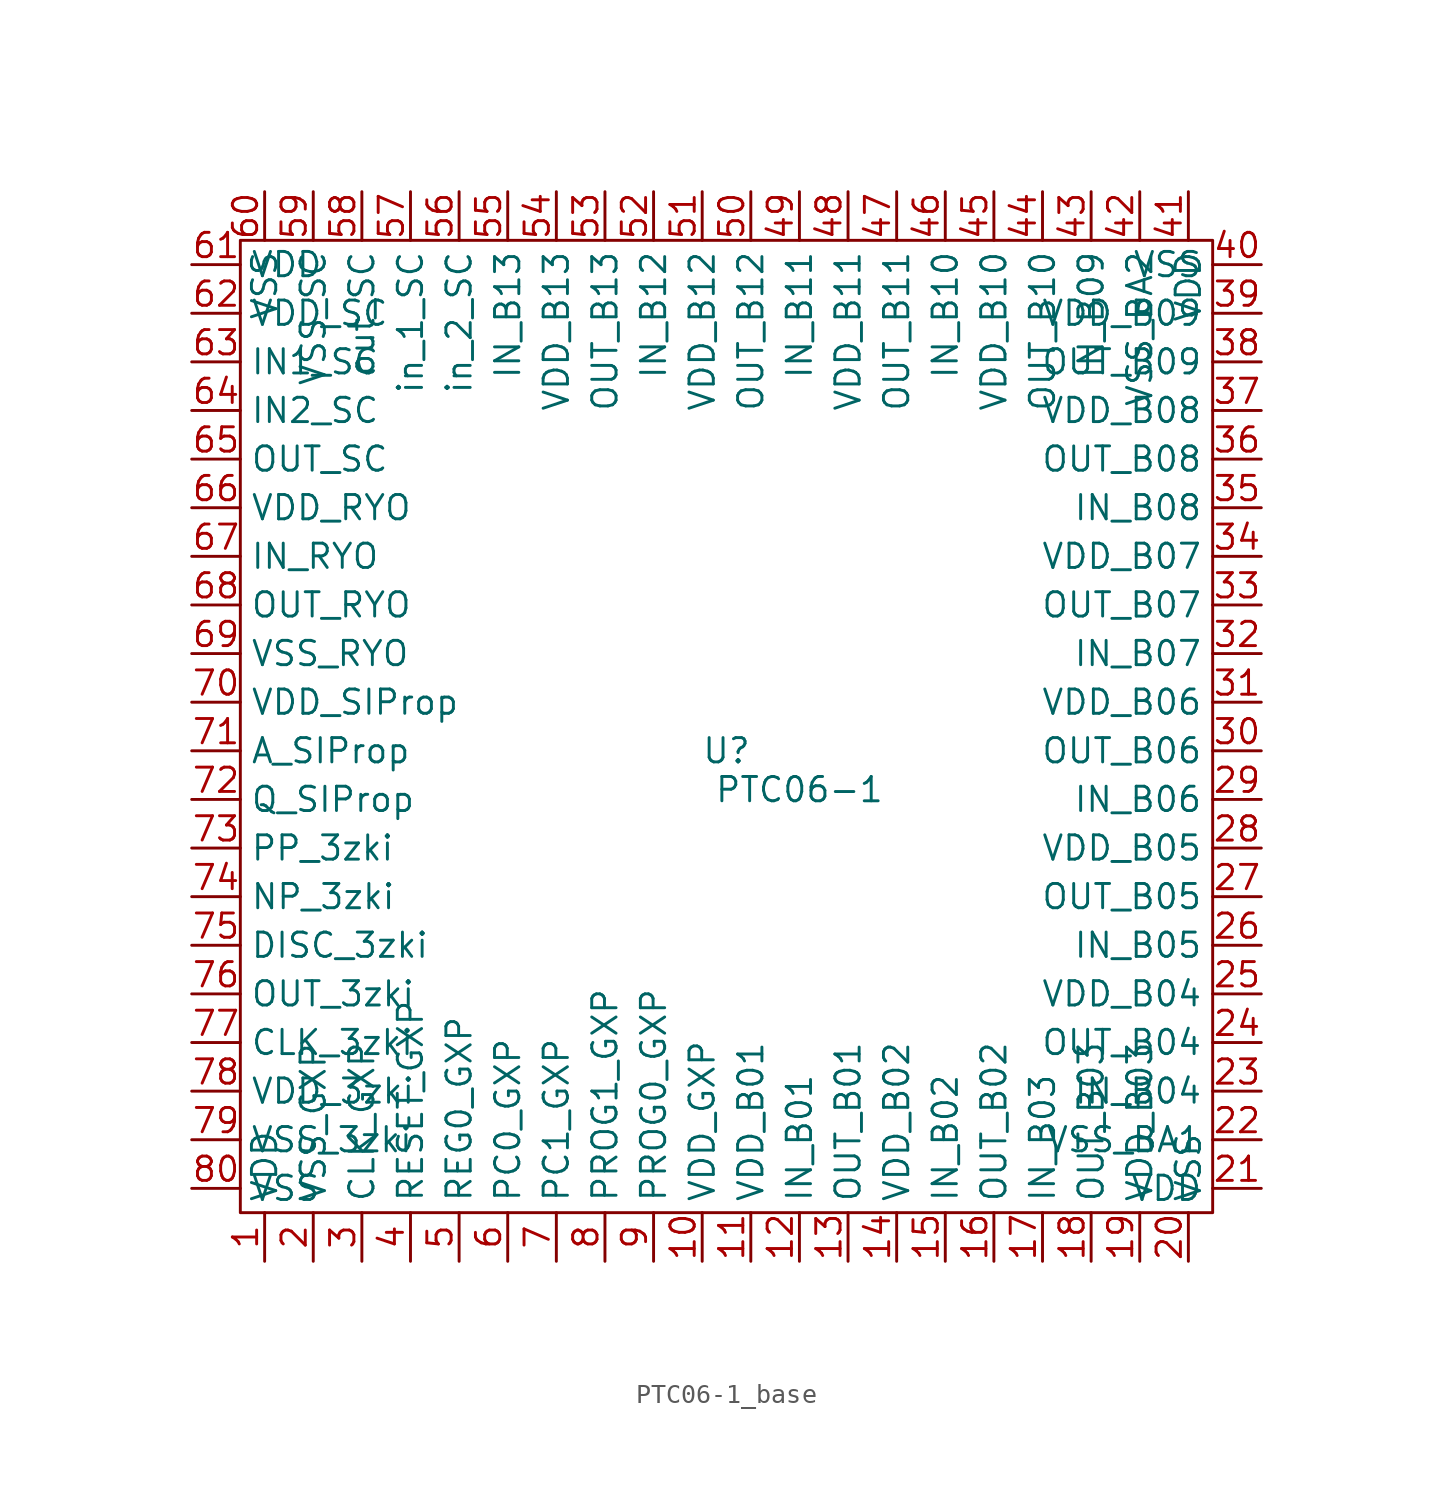
<source format=kicad_sym>
(kicad_symbol_lib
  (version 20231120)
  (generator "kicad_symbol_editor")
  (generator_version "8.0")
  (symbol "PTC06-1_base"
    (property "Reference" "U"
      (at 0 0 0)
      (effects (font (size 1.27 1.27))))
    (property "Value" "PTC06-1"
      (at 3.81 -2.032 0)
      (effects (font (size 1.27 1.27))))
    (symbol "PTC06-1_base_0_1"
      (rectangle (start -25.4 26.67) (end 25.4 -24.13) (stroke (width 0) (type default)) (fill (type none))))
    (symbol "PTC06-1_base_1_0"
      (pin power_in line (at -24.13 -26.67 90) (length 2.54) (name "VDD" (effects (font (size 1.27 1.27)))) (number "1" (effects (font (size 1.27 1.27)))))
      (pin power_in line (at -1.27 -26.67 90) (length 2.54) (name "VDD_GXP" (effects (font (size 1.27 1.27)))) (number "10" (effects (font (size 1.27 1.27)))))
      (pin power_in line (at 1.27 -26.67 90) (length 2.54) (name "VDD_B01" (effects (font (size 1.27 1.27)))) (number "11" (effects (font (size 1.27 1.27)))))
      (pin input line (at 3.81 -26.67 90) (length 2.54) (name "IN_B01" (effects (font (size 1.27 1.27)))) (number "12" (effects (font (size 1.27 1.27)))))
      (pin output line (at 6.35 -26.67 90) (length 2.54) (name "OUT_B01" (effects (font (size 1.27 1.27)))) (number "13" (effects (font (size 1.27 1.27)))))
      (pin power_in line (at 8.89 -26.67 90) (length 2.54) (name "VDD_B02" (effects (font (size 1.27 1.27)))) (number "14" (effects (font (size 1.27 1.27)))))
      (pin input line (at 11.43 -26.67 90) (length 2.54) (name "IN_B02" (effects (font (size 1.27 1.27)))) (number "15" (effects (font (size 1.27 1.27)))))
      (pin output line (at 13.97 -26.67 90) (length 2.54) (name "OUT_B02" (effects (font (size 1.27 1.27)))) (number "16" (effects (font (size 1.27 1.27)))))
      (pin input line (at 16.51 -26.67 90) (length 2.54) (name "IN_B03" (effects (font (size 1.27 1.27)))) (number "17" (effects (font (size 1.27 1.27)))))
      (pin output line (at 19.05 -26.67 90) (length 2.54) (name "OUT_B03" (effects (font (size 1.27 1.27)))) (number "18" (effects (font (size 1.27 1.27)))))
      (pin power_in line (at 21.59 -26.67 90) (length 2.54) (name "VDD_B03" (effects (font (size 1.27 1.27)))) (number "19" (effects (font (size 1.27 1.27)))))
      (pin power_in line (at -21.59 -26.67 90) (length 2.54) (name "VSS_GXP" (effects (font (size 1.27 1.27)))) (number "2" (effects (font (size 1.27 1.27)))))
      (pin power_in line (at 24.13 -26.67 90) (length 2.54) (name "VSS" (effects (font (size 1.27 1.27)))) (number "20" (effects (font (size 1.27 1.27)))))
      (pin power_in line (at 27.94 -22.86 180) (length 2.54) (name "VDD" (effects (font (size 1.27 1.27)))) (number "21" (effects (font (size 1.27 1.27)))))
      (pin power_in line (at 27.94 -20.32 180) (length 2.54) (name "VSS_BA1" (effects (font (size 1.27 1.27)))) (number "22" (effects (font (size 1.27 1.27)))))
      (pin input line (at 27.94 -17.78 180) (length 2.54) (name "IN_B04" (effects (font (size 1.27 1.27)))) (number "23" (effects (font (size 1.27 1.27)))))
      (pin output line (at 27.94 -15.24 180) (length 2.54) (name "OUT_B04" (effects (font (size 1.27 1.27)))) (number "24" (effects (font (size 1.27 1.27)))))
      (pin power_in line (at 27.94 -12.7 180) (length 2.54) (name "VDD_B04" (effects (font (size 1.27 1.27)))) (number "25" (effects (font (size 1.27 1.27)))))
      (pin input line (at 27.94 -10.16 180) (length 2.54) (name "IN_B05" (effects (font (size 1.27 1.27)))) (number "26" (effects (font (size 1.27 1.27)))))
      (pin output line (at 27.94 -7.62 180) (length 2.54) (name "OUT_B05" (effects (font (size 1.27 1.27)))) (number "27" (effects (font (size 1.27 1.27)))))
      (pin power_in line (at 27.94 -5.08 180) (length 2.54) (name "VDD_B05" (effects (font (size 1.27 1.27)))) (number "28" (effects (font (size 1.27 1.27)))))
      (pin input line (at 27.94 -2.54 180) (length 2.54) (name "IN_B06" (effects (font (size 1.27 1.27)))) (number "29" (effects (font (size 1.27 1.27)))))
      (pin input line (at -19.05 -26.67 90) (length 2.54) (name "CLK_GXP" (effects (font (size 1.27 1.27)))) (number "3" (effects (font (size 1.27 1.27)))))
      (pin output line (at 27.94 0 180) (length 2.54) (name "OUT_B06" (effects (font (size 1.27 1.27)))) (number "30" (effects (font (size 1.27 1.27)))))
      (pin power_in line (at 27.94 2.54 180) (length 2.54) (name "VDD_B06" (effects (font (size 1.27 1.27)))) (number "31" (effects (font (size 1.27 1.27)))))
      (pin input line (at 27.94 5.08 180) (length 2.54) (name "IN_B07" (effects (font (size 1.27 1.27)))) (number "32" (effects (font (size 1.27 1.27)))))
      (pin output line (at 27.94 7.62 180) (length 2.54) (name "OUT_B07" (effects (font (size 1.27 1.27)))) (number "33" (effects (font (size 1.27 1.27)))))
      (pin power_in line (at 27.94 10.16 180) (length 2.54) (name "VDD_B07" (effects (font (size 1.27 1.27)))) (number "34" (effects (font (size 1.27 1.27)))))
      (pin input line (at 27.94 12.7 180) (length 2.54) (name "IN_B08" (effects (font (size 1.27 1.27)))) (number "35" (effects (font (size 1.27 1.27)))))
      (pin output line (at 27.94 15.24 180) (length 2.54) (name "OUT_B08" (effects (font (size 1.27 1.27)))) (number "36" (effects (font (size 1.27 1.27)))))
      (pin power_in line (at 27.94 17.78 180) (length 2.54) (name "VDD_B08" (effects (font (size 1.27 1.27)))) (number "37" (effects (font (size 1.27 1.27)))))
      (pin output line (at 27.94 20.32 180) (length 2.54) (name "OUT_B09" (effects (font (size 1.27 1.27)))) (number "38" (effects (font (size 1.27 1.27)))))
      (pin power_in line (at 27.94 22.86 180) (length 2.54) (name "VDD_B09" (effects (font (size 1.27 1.27)))) (number "39" (effects (font (size 1.27 1.27)))))
      (pin input line (at -16.51 -26.67 90) (length 2.54) (name "RESET_GXP" (effects (font (size 1.27 1.27)))) (number "4" (effects (font (size 1.27 1.27)))))
      (pin power_in line (at 27.94 25.4 180) (length 2.54) (name "VSS" (effects (font (size 1.27 1.27)))) (number "40" (effects (font (size 1.27 1.27)))))
      (pin power_in line (at 24.13 29.21 270) (length 2.54) (name "VDD" (effects (font (size 1.27 1.27)))) (number "41" (effects (font (size 1.27 1.27)))))
      (pin power_in line (at 21.59 29.21 270) (length 2.54) (name "VSS_BA2" (effects (font (size 1.27 1.27)))) (number "42" (effects (font (size 1.27 1.27)))))
      (pin input line (at 19.05 29.21 270) (length 2.54) (name "IN_B09" (effects (font (size 1.27 1.27)))) (number "43" (effects (font (size 1.27 1.27)))))
      (pin output line (at 16.51 29.21 270) (length 2.54) (name "OUT_B10" (effects (font (size 1.27 1.27)))) (number "44" (effects (font (size 1.27 1.27)))))
      (pin power_in line (at 13.97 29.21 270) (length 2.54) (name "VDD_B10" (effects (font (size 1.27 1.27)))) (number "45" (effects (font (size 1.27 1.27)))))
      (pin input line (at 11.43 29.21 270) (length 2.54) (name "IN_B10" (effects (font (size 1.27 1.27)))) (number "46" (effects (font (size 1.27 1.27)))))
      (pin output line (at 8.89 29.21 270) (length 2.54) (name "OUT_B11" (effects (font (size 1.27 1.27)))) (number "47" (effects (font (size 1.27 1.27)))))
      (pin power_in line (at 6.35 29.21 270) (length 2.54) (name "VDD_B11" (effects (font (size 1.27 1.27)))) (number "48" (effects (font (size 1.27 1.27)))))
      (pin input line (at 3.81 29.21 270) (length 2.54) (name "IN_B11" (effects (font (size 1.27 1.27)))) (number "49" (effects (font (size 1.27 1.27)))))
      (pin output line (at -13.97 -26.67 90) (length 2.54) (name "REG0_GXP" (effects (font (size 1.27 1.27)))) (number "5" (effects (font (size 1.27 1.27)))))
      (pin output line (at 1.27 29.21 270) (length 2.54) (name "OUT_B12" (effects (font (size 1.27 1.27)))) (number "50" (effects (font (size 1.27 1.27)))))
      (pin power_in line (at -1.27 29.21 270) (length 2.54) (name "VDD_B12" (effects (font (size 1.27 1.27)))) (number "51" (effects (font (size 1.27 1.27)))))
      (pin input line (at -3.81 29.21 270) (length 2.54) (name "IN_B12" (effects (font (size 1.27 1.27)))) (number "52" (effects (font (size 1.27 1.27)))))
      (pin output line (at -6.35 29.21 270) (length 2.54) (name "OUT_B13" (effects (font (size 1.27 1.27)))) (number "53" (effects (font (size 1.27 1.27)))))
      (pin power_in line (at -8.89 29.21 270) (length 2.54) (name "VDD_B13" (effects (font (size 1.27 1.27)))) (number "54" (effects (font (size 1.27 1.27)))))
      (pin input line (at -11.43 29.21 270) (length 2.54) (name "IN_B13" (effects (font (size 1.27 1.27)))) (number "55" (effects (font (size 1.27 1.27)))))
      (pin input line (at -13.97 29.21 270) (length 2.54) (name "in_2_SC" (effects (font (size 1.27 1.27)))) (number "56" (effects (font (size 1.27 1.27)))))
      (pin input line (at -16.51 29.21 270) (length 2.54) (name "in_1_SC" (effects (font (size 1.27 1.27)))) (number "57" (effects (font (size 1.27 1.27)))))
      (pin output line (at -19.05 29.21 270) (length 2.54) (name "out_SC" (effects (font (size 1.27 1.27)))) (number "58" (effects (font (size 1.27 1.27)))))
      (pin power_in line (at -21.59 29.21 270) (length 2.54) (name "VSS_SC" (effects (font (size 1.27 1.27)))) (number "59" (effects (font (size 1.27 1.27)))))
      (pin output line (at -11.43 -26.67 90) (length 2.54) (name "PC0_GXP" (effects (font (size 1.27 1.27)))) (number "6" (effects (font (size 1.27 1.27)))))
      (pin power_in line (at -24.13 29.21 270) (length 2.54) (name "VSS" (effects (font (size 1.27 1.27)))) (number "60" (effects (font (size 1.27 1.27)))))
      (pin power_in line (at -27.94 25.4 0) (length 2.54) (name "VDD" (effects (font (size 1.27 1.27)))) (number "61" (effects (font (size 1.27 1.27)))))
      (pin power_in line (at -27.94 22.86 0) (length 2.54) (name "VDD_SC" (effects (font (size 1.27 1.27)))) (number "62" (effects (font (size 1.27 1.27)))))
      (pin input line (at -27.94 20.32 0) (length 2.54) (name "IN1_SC" (effects (font (size 1.27 1.27)))) (number "63" (effects (font (size 1.27 1.27)))))
      (pin input line (at -27.94 17.78 0) (length 2.54) (name "IN2_SC" (effects (font (size 1.27 1.27)))) (number "64" (effects (font (size 1.27 1.27)))))
      (pin output line (at -27.94 15.24 0) (length 2.54) (name "OUT_SC" (effects (font (size 1.27 1.27)))) (number "65" (effects (font (size 1.27 1.27)))))
      (pin power_in line (at -27.94 12.7 0) (length 2.54) (name "VDD_RYO" (effects (font (size 1.27 1.27)))) (number "66" (effects (font (size 1.27 1.27)))))
      (pin input line (at -27.94 10.16 0) (length 2.54) (name "IN_RYO" (effects (font (size 1.27 1.27)))) (number "67" (effects (font (size 1.27 1.27)))))
      (pin output line (at -27.94 7.62 0) (length 2.54) (name "OUT_RYO" (effects (font (size 1.27 1.27)))) (number "68" (effects (font (size 1.27 1.27)))))
      (pin power_in line (at -27.94 5.08 0) (length 2.54) (name "VSS_RYO" (effects (font (size 1.27 1.27)))) (number "69" (effects (font (size 1.27 1.27)))))
      (pin output line (at -8.89 -26.67 90) (length 2.54) (name "PC1_GXP" (effects (font (size 1.27 1.27)))) (number "7" (effects (font (size 1.27 1.27)))))
      (pin power_in line (at -27.94 2.54 0) (length 2.54) (name "VDD_SIProp" (effects (font (size 1.27 1.27)))) (number "70" (effects (font (size 1.27 1.27)))))
      (pin input line (at -27.94 0 0) (length 2.54) (name "A_SIProp" (effects (font (size 1.27 1.27)))) (number "71" (effects (font (size 1.27 1.27)))))
      (pin output line (at -27.94 -2.54 0) (length 2.54) (name "Q_SIProp" (effects (font (size 1.27 1.27)))) (number "72" (effects (font (size 1.27 1.27)))))
      (pin bidirectional line (at -27.94 -5.08 0) (length 2.54) (name "PP_3zki" (effects (font (size 1.27 1.27)))) (number "73" (effects (font (size 1.27 1.27)))))
      (pin bidirectional line (at -27.94 -7.62 0) (length 2.54) (name "NP_3zki" (effects (font (size 1.27 1.27)))) (number "74" (effects (font (size 1.27 1.27)))))
      (pin input line (at -27.94 -10.16 0) (length 2.54) (name "DISC_3zki" (effects (font (size 1.27 1.27)))) (number "75" (effects (font (size 1.27 1.27)))))
      (pin output line (at -27.94 -12.7 0) (length 2.54) (name "OUT_3zki" (effects (font (size 1.27 1.27)))) (number "76" (effects (font (size 1.27 1.27)))))
      (pin input line (at -27.94 -15.24 0) (length 2.54) (name "CLK_3zki" (effects (font (size 1.27 1.27)))) (number "77" (effects (font (size 1.27 1.27)))))
      (pin power_in line (at -27.94 -17.78 0) (length 2.54) (name "VDD_3zki" (effects (font (size 1.27 1.27)))) (number "78" (effects (font (size 1.27 1.27)))))
      (pin power_in line (at -27.94 -20.32 0) (length 2.54) (name "VSS_3zki" (effects (font (size 1.27 1.27)))) (number "79" (effects (font (size 1.27 1.27)))))
      (pin output line (at -6.35 -26.67 90) (length 2.54) (name "PROG1_GXP" (effects (font (size 1.27 1.27)))) (number "8" (effects (font (size 1.27 1.27)))))
      (pin power_in line (at -27.94 -22.86 0) (length 2.54) (name "VSS" (effects (font (size 1.27 1.27)))) (number "80" (effects (font (size 1.27 1.27)))))
      (pin output line (at -3.81 -26.67 90) (length 2.54) (name "PROG0_GXP" (effects (font (size 1.27 1.27)))) (number "9" (effects (font (size 1.27 1.27))))))))
</source>
